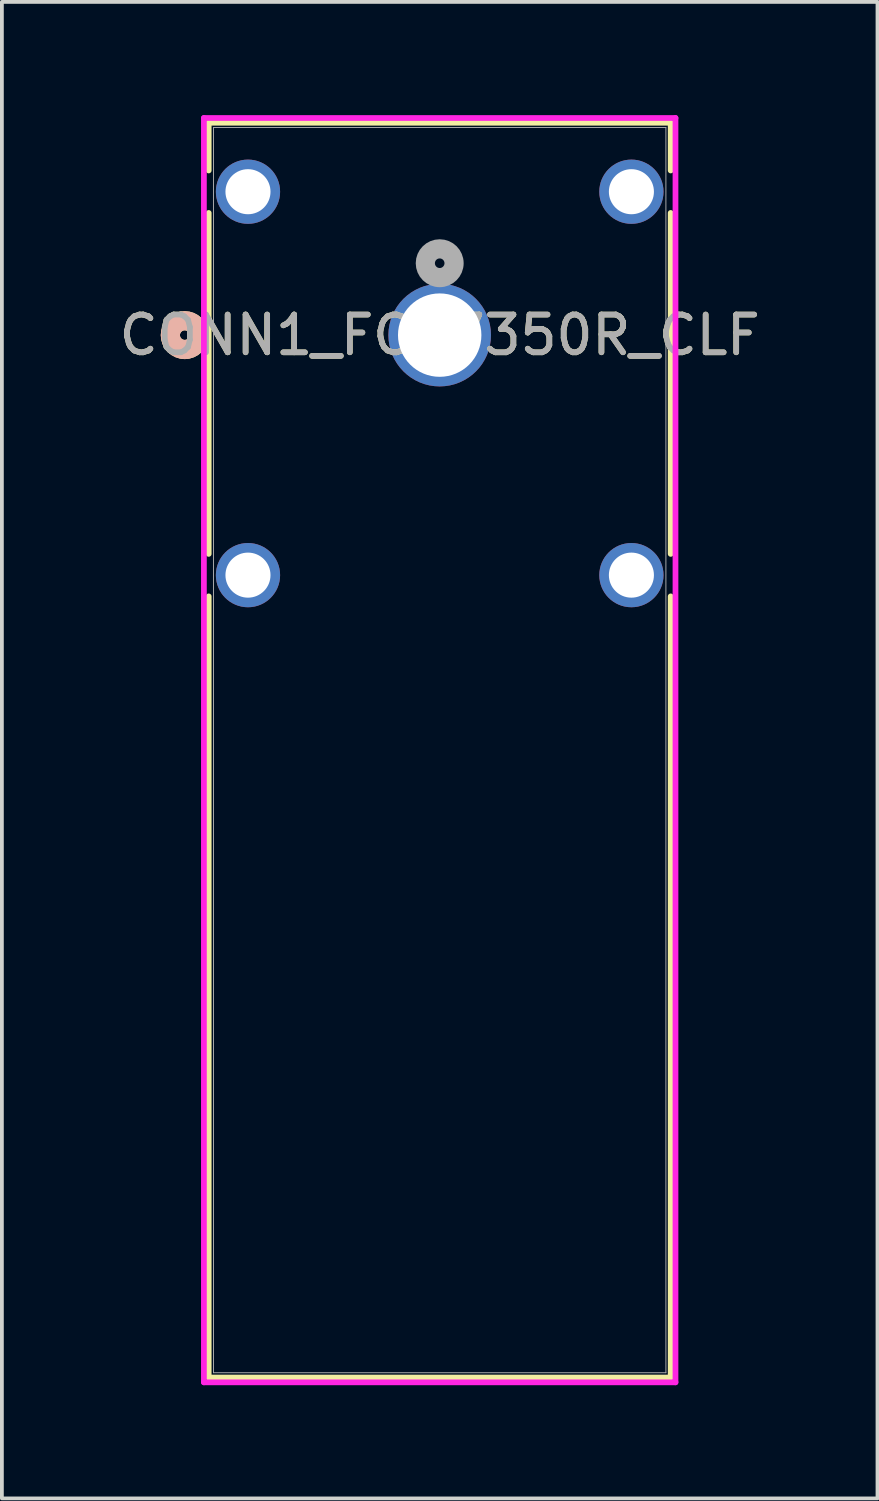
<source format=kicad_pcb>
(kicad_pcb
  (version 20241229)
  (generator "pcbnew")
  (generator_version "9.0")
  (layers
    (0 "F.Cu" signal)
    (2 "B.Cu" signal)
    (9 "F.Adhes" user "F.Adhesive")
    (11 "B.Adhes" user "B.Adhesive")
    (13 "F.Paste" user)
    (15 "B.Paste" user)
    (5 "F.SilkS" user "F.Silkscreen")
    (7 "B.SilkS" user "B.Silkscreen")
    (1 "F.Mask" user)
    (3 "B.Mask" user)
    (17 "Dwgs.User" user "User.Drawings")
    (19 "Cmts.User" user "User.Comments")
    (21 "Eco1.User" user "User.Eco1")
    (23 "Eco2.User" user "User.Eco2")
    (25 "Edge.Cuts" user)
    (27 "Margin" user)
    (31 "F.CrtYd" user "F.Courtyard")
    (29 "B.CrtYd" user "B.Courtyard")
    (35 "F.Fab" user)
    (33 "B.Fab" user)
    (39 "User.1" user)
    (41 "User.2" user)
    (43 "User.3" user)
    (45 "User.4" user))
  (footprint "CONN1_FCR7350R_CLF"
    (layer "F.Cu")
    (at 8.601 5.83)
    (property "Reference" "CONN1_FCR7350R_CLF" (at 0 0 0) (unlocked yes) (layer "F.SilkS") (effects (font (size 1 1) (thickness 0.15))))
    (attr through_hole)
    (fp_line (start -6.121 -5.627) (end -6.121 -4.363) (stroke (width 0.152) (type solid)) (layer "F.SilkS"))
    (fp_line (start -6.121 -3.237) (end -6.121 5.797) (stroke (width 0.152) (type solid)) (layer "F.SilkS"))
    (fp_line (start -6.121 6.923) (end -6.121 27.622) (stroke (width 0.152) (type solid)) (layer "F.SilkS"))
    (fp_line (start -6.121 27.622) (end 6.121 27.622) (stroke (width 0.152) (type solid)) (layer "F.SilkS"))
    (fp_line (start 6.121 -5.627) (end -6.121 -5.627) (stroke (width 0.152) (type solid)) (layer "F.SilkS"))
    (fp_line (start 6.121 -4.363) (end 6.121 -5.627) (stroke (width 0.152) (type solid)) (layer "F.SilkS"))
    (fp_line (start 6.121 5.797) (end 6.121 -3.237) (stroke (width 0.152) (type solid)) (layer "F.SilkS"))
    (fp_line (start 6.121 27.622) (end 6.121 6.923) (stroke (width 0.152) (type solid)) (layer "F.SilkS"))
    (fp_circle (center -6.756 0) (end -6.375 0) (stroke (width 0.508) (type solid)) (fill no) (layer "F.SilkS"))
    (fp_circle (center -6.756 0) (end -6.375 0) (stroke (width 0.508) (type solid)) (fill no) (layer "B.SilkS"))
    (fp_line (start -6.248 -5.754) (end -6.248 27.749) (stroke (width 0.152) (type solid)) (layer "F.CrtYd"))
    (fp_line (start -6.248 27.749) (end 6.248 27.749) (stroke (width 0.152) (type solid)) (layer "F.CrtYd"))
    (fp_line (start 6.248 -5.754) (end -6.248 -5.754) (stroke (width 0.152) (type solid)) (layer "F.CrtYd"))
    (fp_line (start 6.248 27.749) (end 6.248 -5.754) (stroke (width 0.152) (type solid)) (layer "F.CrtYd"))
    (fp_line (start -5.994 -5.5) (end -5.994 27.495) (stroke (width 0.025) (type solid)) (layer "F.Fab"))
    (fp_line (start -5.994 27.495) (end 5.994 27.495) (stroke (width 0.025) (type solid)) (layer "F.Fab"))
    (fp_line (start 5.994 -5.5) (end -5.994 -5.5) (stroke (width 0.025) (type solid)) (layer "F.Fab"))
    (fp_line (start 5.994 27.495) (end 5.994 -5.5) (stroke (width 0.025) (type solid)) (layer "F.Fab"))
    (fp_circle (center 0 -1.905) (end 0.381 -1.905) (stroke (width 0.508) (type solid)) (fill no) (layer "F.Fab"))
    (fp_text user "${REFERENCE}" (at 0 0 0) (unlocked yes) (layer "F.Fab") (effects (font (size 1 1) (thickness 0.15))))
    (pad "1" thru_hole circle (at 0 0) (size 2.718 2.718) (drill 2.21) (layers "*.Cu" "*.Mask"))
    (pad "2" thru_hole circle (at -5.08 -3.8 90) (size 1.702 1.702) (drill 1.194) (layers "*.Cu" "*.Mask"))
    (pad "3" thru_hole circle (at 5.08 -3.8 90) (size 1.702 1.702) (drill 1.194) (layers "*.Cu" "*.Mask"))
    (pad "4" thru_hole circle (at -5.08 6.36 90) (size 1.702 1.702) (drill 1.194) (layers "*.Cu" "*.Mask"))
    (pad "5" thru_hole circle (at 5.08 6.36 90) (size 1.702 1.702) (drill 1.194) (layers "*.Cu" "*.Mask")))
  (gr_rect
    (start -3 -3)
    (end 20.202 36.655)
    (stroke (width 0.1) (type default))
    (fill no)
    (layer "Edge.Cuts")))
</source>
